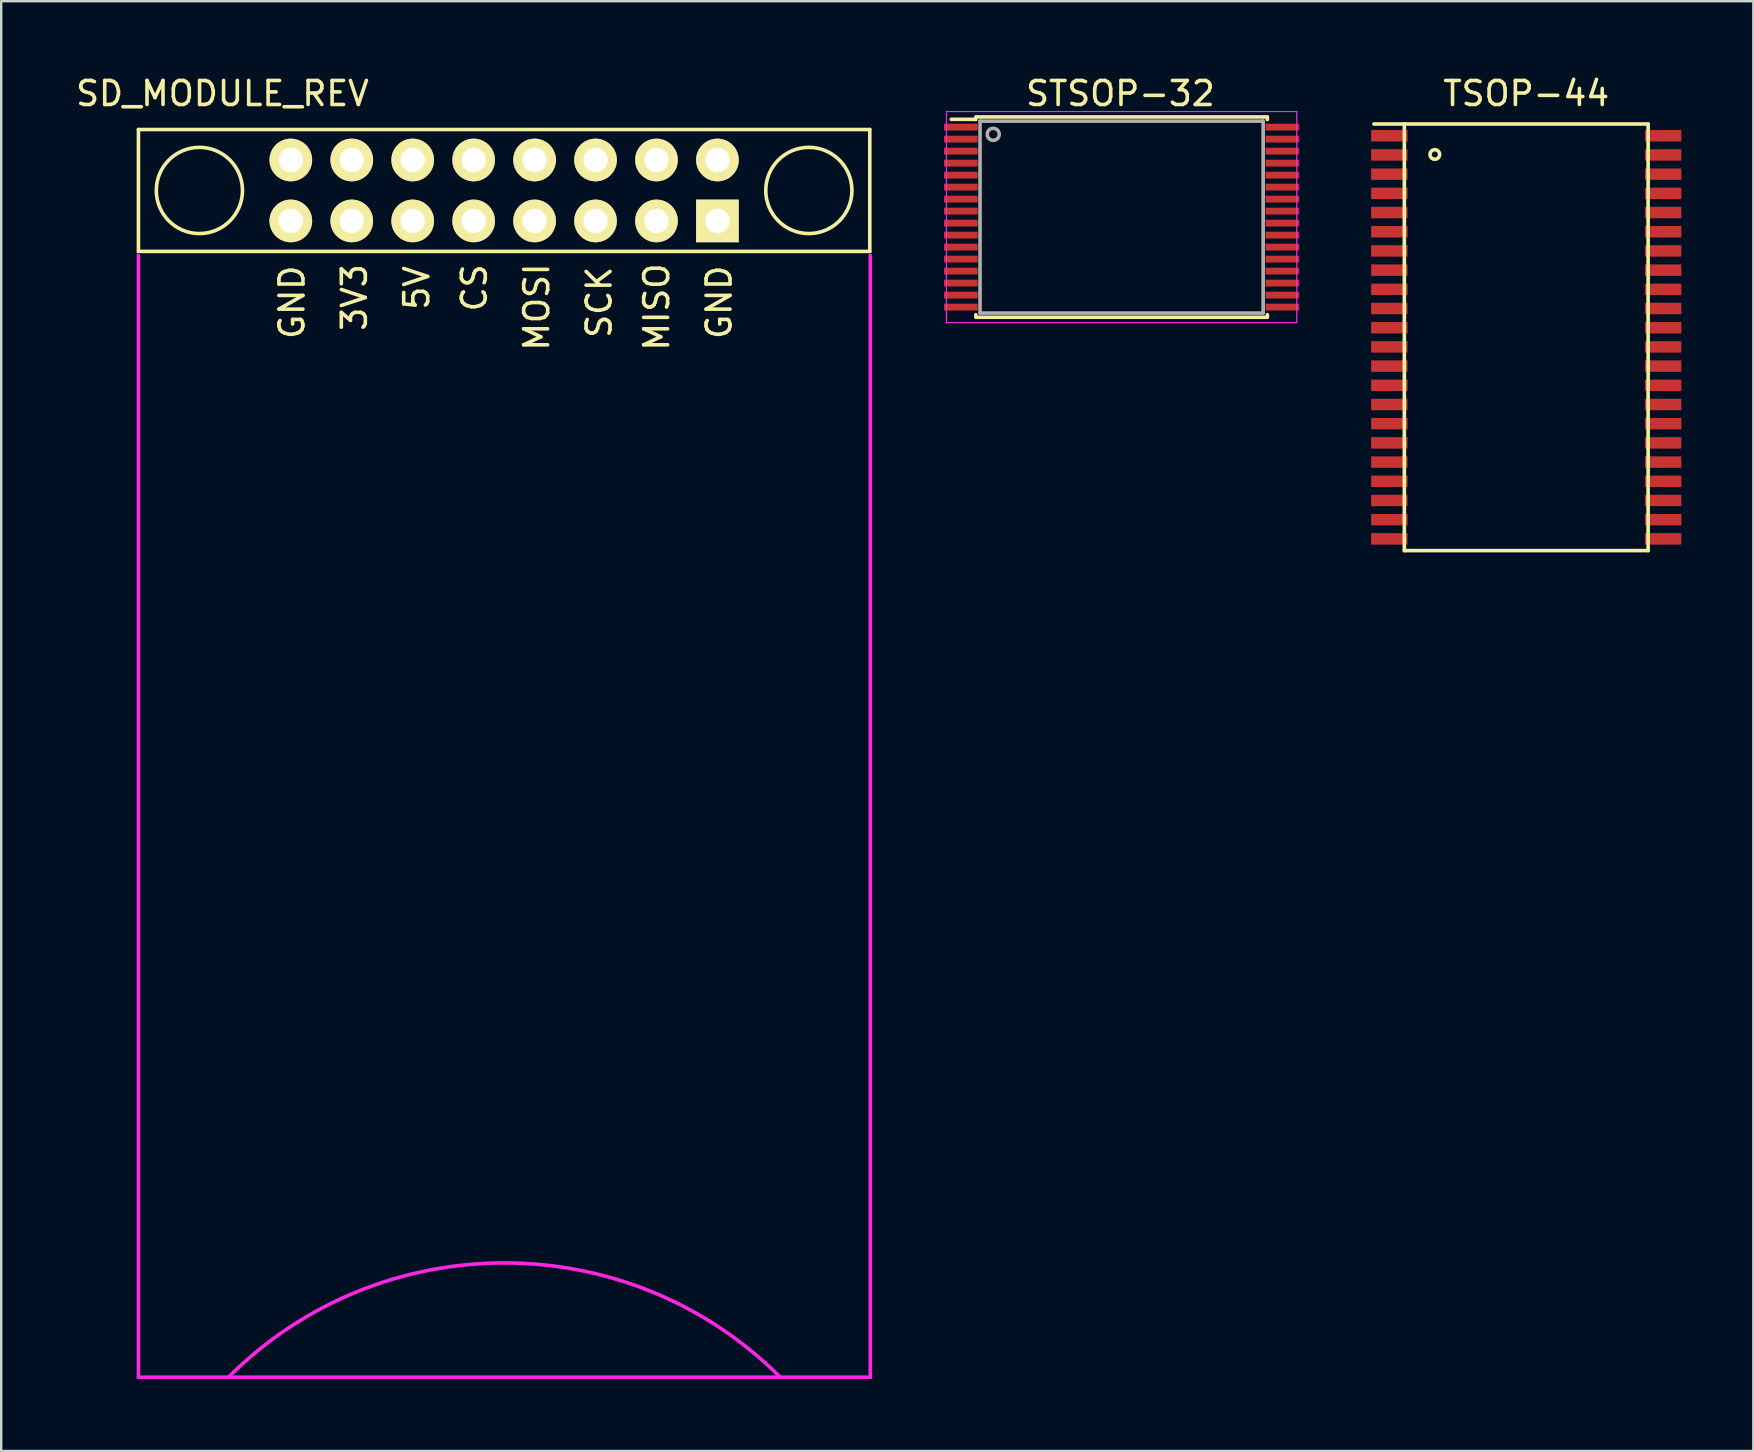
<source format=kicad_pcb>
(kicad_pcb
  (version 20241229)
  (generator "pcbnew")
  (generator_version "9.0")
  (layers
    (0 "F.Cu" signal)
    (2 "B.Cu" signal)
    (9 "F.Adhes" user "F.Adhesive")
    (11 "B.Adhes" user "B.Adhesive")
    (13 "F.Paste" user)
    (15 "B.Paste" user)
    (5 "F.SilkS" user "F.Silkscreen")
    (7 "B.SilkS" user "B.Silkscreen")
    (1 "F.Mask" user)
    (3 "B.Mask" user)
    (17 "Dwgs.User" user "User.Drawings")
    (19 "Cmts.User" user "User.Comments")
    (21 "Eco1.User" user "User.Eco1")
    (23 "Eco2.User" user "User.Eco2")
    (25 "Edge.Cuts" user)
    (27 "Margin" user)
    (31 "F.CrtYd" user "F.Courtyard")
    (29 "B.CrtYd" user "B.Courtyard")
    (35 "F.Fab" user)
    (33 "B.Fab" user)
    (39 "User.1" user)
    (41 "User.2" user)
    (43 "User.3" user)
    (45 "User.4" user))
  (footprint "SD_MODULE_REV"
    (layer "F.Cu")
    (at 2.72 2.348)
    (property "Reference" "SD_MODULE_REV" (at 3.5 -1.5 0) (layer "F.SilkS") (effects (font (size 1 1) (thickness 0.15))))
    (attr through_hole)
    (fp_line (start 0 0) (end 0 5.08) (stroke (width 0.15) (type solid)) (layer "F.SilkS"))
    (fp_line (start 0 0) (end 30.48 0) (stroke (width 0.15) (type solid)) (layer "F.SilkS"))
    (fp_line (start 0 5.08) (end 30.48 5.08) (stroke (width 0.15) (type solid)) (layer "F.SilkS"))
    (fp_line (start 30.48 0) (end 30.48 5.08) (stroke (width 0.15) (type solid)) (layer "F.SilkS"))
    (fp_circle (center 2.54 2.54) (end 3.81 3.81) (stroke (width 0.15) (type solid)) (fill no) (layer "F.SilkS"))
    (fp_circle (center 27.94 2.54) (end 29.21 3.81) (stroke (width 0.15) (type solid)) (fill no) (layer "F.SilkS"))
    (fp_line (start 0 5.25) (end 0 52) (stroke (width 0.15) (type solid)) (layer "F.CrtYd"))
    (fp_line (start 0 52) (end 30.5 52) (stroke (width 0.15) (type solid)) (layer "F.CrtYd"))
    (fp_line (start 30.5 5.25) (end 30.5 52) (stroke (width 0.15) (type solid)) (layer "F.CrtYd"))
    (fp_arc (start 3.75 52) (mid 15.25 47.236544) (end 26.75 52) (stroke (width 0.15) (type solid)) (layer "F.CrtYd"))
    (fp_text user "MOSI" (at 16.6 7.4 90) (layer "F.SilkS") (effects (font (size 1 1) (thickness 0.15))))
    (fp_text user "3V3" (at 9 7 90) (layer "F.SilkS") (effects (font (size 1 1) (thickness 0.15))))
    (fp_text user "5V" (at 11.6 6.6 90) (layer "F.SilkS") (effects (font (size 1 1) (thickness 0.15))))
    (fp_text user "GND" (at 6.4 7.2 90) (layer "F.SilkS") (effects (font (size 1 1) (thickness 0.15))))
    (fp_text user "GND" (at 24.2 7.2 90) (layer "F.SilkS") (effects (font (size 1 1) (thickness 0.15))))
    (fp_text user "MISO" (at 21.6 7.4 90) (layer "F.SilkS") (effects (font (size 1 1) (thickness 0.15))))
    (fp_text user "SCK" (at 19.2 7.2 90) (layer "F.SilkS") (effects (font (size 1 1) (thickness 0.15))))
    (fp_text user "CS" (at 14 6.6 90) (layer "F.SilkS") (effects (font (size 1 1) (thickness 0.15))))
    (pad "1" thru_hole circle (at 24.13 1.27) (size 1.778 1.778) (drill 1.016) (layers "*.Cu" "*.Mask" "F.SilkS"))
    (pad "1" thru_hole rect (at 24.13 3.81) (size 1.778 1.778) (drill 1.016) (layers "*.Cu" "*.Mask" "F.SilkS"))
    (pad "2" thru_hole circle (at 21.59 1.27) (size 1.778 1.778) (drill 1.016) (layers "*.Cu" "*.Mask" "F.SilkS"))
    (pad "2" thru_hole circle (at 21.59 3.81) (size 1.778 1.778) (drill 1.016) (layers "*.Cu" "*.Mask" "F.SilkS"))
    (pad "3" thru_hole circle (at 19.05 1.27) (size 1.778 1.778) (drill 1.016) (layers "*.Cu" "*.Mask" "F.SilkS"))
    (pad "3" thru_hole circle (at 19.05 3.81) (size 1.778 1.778) (drill 1.016) (layers "*.Cu" "*.Mask" "F.SilkS"))
    (pad "4" thru_hole circle (at 16.51 1.27) (size 1.778 1.778) (drill 1.016) (layers "*.Cu" "*.Mask" "F.SilkS"))
    (pad "4" thru_hole circle (at 16.51 3.81) (size 1.778 1.778) (drill 1.016) (layers "*.Cu" "*.Mask" "F.SilkS"))
    (pad "5" thru_hole circle (at 13.97 1.27) (size 1.778 1.778) (drill 1.016) (layers "*.Cu" "*.Mask" "F.SilkS"))
    (pad "5" thru_hole circle (at 13.97 3.81) (size 1.778 1.778) (drill 1.016) (layers "*.Cu" "*.Mask" "F.SilkS"))
    (pad "6" thru_hole circle (at 11.43 1.27) (size 1.778 1.778) (drill 1.016) (layers "*.Cu" "*.Mask" "F.SilkS"))
    (pad "6" thru_hole circle (at 11.43 3.81) (size 1.778 1.778) (drill 1.016) (layers "*.Cu" "*.Mask" "F.SilkS"))
    (pad "7" thru_hole circle (at 8.89 1.27) (size 1.778 1.778) (drill 1.016) (layers "*.Cu" "*.Mask" "F.SilkS"))
    (pad "7" thru_hole circle (at 8.89 3.81) (size 1.778 1.778) (drill 1.016) (layers "*.Cu" "*.Mask" "F.SilkS"))
    (pad "8" thru_hole circle (at 6.35 1.27) (size 1.778 1.778) (drill 1.016) (layers "*.Cu" "*.Mask" "F.SilkS"))
    (pad "8" thru_hole circle (at 6.35 3.81) (size 1.778 1.778) (drill 1.016) (layers "*.Cu" "*.Mask" "F.SilkS")))
  (footprint "TSOP-44"
    (layer "F.Cu")
    (at 60.559 11.008)
    (property "Reference" "TSOP-44" (at 0 -10.16 0) (layer "F.SilkS") (effects (font (size 1 1) (thickness 0.15))))
    (attr through_hole)
    (fp_line (start -6.35 -8.89) (end -5.08 -8.89) (stroke (width 0.15) (type solid)) (layer "F.SilkS"))
    (fp_line (start -5.08 -8.89) (end -5.08 8.89) (stroke (width 0.15) (type solid)) (layer "F.SilkS"))
    (fp_line (start -5.08 8.89) (end 5.08 8.89) (stroke (width 0.15) (type solid)) (layer "F.SilkS"))
    (fp_line (start 5.08 -8.89) (end -5.08 -8.89) (stroke (width 0.15) (type solid)) (layer "F.SilkS"))
    (fp_line (start 5.08 8.89) (end 5.08 -8.89) (stroke (width 0.15) (type solid)) (layer "F.SilkS"))
    (fp_circle (center -3.81 -7.62) (end -3.81 -7.42) (stroke (width 0.15) (type solid)) (fill no) (layer "F.SilkS"))
    (pad "1" smd rect (at -5.705 -8.4) (size 1.517 0.477) (layers "F.Cu" "F.Mask" "F.Paste"))
    (pad "2" smd rect (at -5.705 -7.6) (size 1.517 0.477) (layers "F.Cu" "F.Mask" "F.Paste"))
    (pad "3" smd rect (at -5.705 -6.8) (size 1.517 0.477) (layers "F.Cu" "F.Mask" "F.Paste"))
    (pad "4" smd rect (at -5.705 -6) (size 1.517 0.477) (layers "F.Cu" "F.Mask" "F.Paste"))
    (pad "5" smd rect (at -5.705 -5.2) (size 1.517 0.477) (layers "F.Cu" "F.Mask" "F.Paste"))
    (pad "6" smd rect (at -5.705 -4.4) (size 1.517 0.477) (layers "F.Cu" "F.Mask" "F.Paste"))
    (pad "7" smd rect (at -5.705 -3.6) (size 1.517 0.477) (layers "F.Cu" "F.Mask" "F.Paste"))
    (pad "8" smd rect (at -5.705 -2.8) (size 1.517 0.477) (layers "F.Cu" "F.Mask" "F.Paste"))
    (pad "9" smd rect (at -5.705 -2) (size 1.517 0.477) (layers "F.Cu" "F.Mask" "F.Paste"))
    (pad "10" smd rect (at -5.705 -1.2) (size 1.517 0.477) (layers "F.Cu" "F.Mask" "F.Paste"))
    (pad "11" smd rect (at -5.705 -0.4) (size 1.517 0.477) (layers "F.Cu" "F.Mask" "F.Paste"))
    (pad "12" smd rect (at -5.705 0.4) (size 1.517 0.477) (layers "F.Cu" "F.Mask" "F.Paste"))
    (pad "13" smd rect (at -5.705 1.2) (size 1.517 0.477) (layers "F.Cu" "F.Mask" "F.Paste"))
    (pad "14" smd rect (at -5.705 2) (size 1.517 0.477) (layers "F.Cu" "F.Mask" "F.Paste"))
    (pad "15" smd rect (at -5.705 2.8) (size 1.517 0.477) (layers "F.Cu" "F.Mask" "F.Paste"))
    (pad "16" smd rect (at -5.705 3.6) (size 1.517 0.477) (layers "F.Cu" "F.Mask" "F.Paste"))
    (pad "17" smd rect (at -5.705 4.4) (size 1.517 0.477) (layers "F.Cu" "F.Mask" "F.Paste"))
    (pad "18" smd rect (at -5.705 5.2) (size 1.517 0.477) (layers "F.Cu" "F.Mask" "F.Paste"))
    (pad "19" smd rect (at -5.705 6) (size 1.517 0.477) (layers "F.Cu" "F.Mask" "F.Paste"))
    (pad "20" smd rect (at -5.705 6.8) (size 1.517 0.477) (layers "F.Cu" "F.Mask" "F.Paste"))
    (pad "21" smd rect (at -5.705 7.6) (size 1.517 0.477) (layers "F.Cu" "F.Mask" "F.Paste"))
    (pad "22" smd rect (at -5.705 8.4) (size 1.517 0.477) (layers "F.Cu" "F.Mask" "F.Paste"))
    (pad "23" smd rect (at 5.705 8.4) (size 1.517 0.477) (layers "F.Cu" "F.Mask" "F.Paste"))
    (pad "24" smd rect (at 5.705 7.6) (size 1.517 0.477) (layers "F.Cu" "F.Mask" "F.Paste"))
    (pad "25" smd rect (at 5.705 6.8) (size 1.517 0.477) (layers "F.Cu" "F.Mask" "F.Paste"))
    (pad "26" smd rect (at 5.705 6) (size 1.517 0.477) (layers "F.Cu" "F.Mask" "F.Paste"))
    (pad "27" smd rect (at 5.705 5.2) (size 1.517 0.477) (layers "F.Cu" "F.Mask" "F.Paste"))
    (pad "28" smd rect (at 5.705 4.4) (size 1.517 0.477) (layers "F.Cu" "F.Mask" "F.Paste"))
    (pad "29" smd rect (at 5.705 3.6) (size 1.517 0.477) (layers "F.Cu" "F.Mask" "F.Paste"))
    (pad "30" smd rect (at 5.705 2.8) (size 1.517 0.477) (layers "F.Cu" "F.Mask" "F.Paste"))
    (pad "31" smd rect (at 5.705 2) (size 1.517 0.477) (layers "F.Cu" "F.Mask" "F.Paste"))
    (pad "32" smd rect (at 5.705 1.2) (size 1.517 0.477) (layers "F.Cu" "F.Mask" "F.Paste"))
    (pad "33" smd rect (at 5.705 0.4) (size 1.517 0.477) (layers "F.Cu" "F.Mask" "F.Paste"))
    (pad "34" smd rect (at 5.705 -0.4) (size 1.517 0.477) (layers "F.Cu" "F.Mask" "F.Paste"))
    (pad "35" smd rect (at 5.705 -1.2) (size 1.517 0.477) (layers "F.Cu" "F.Mask" "F.Paste"))
    (pad "36" smd rect (at 5.705 -2) (size 1.517 0.477) (layers "F.Cu" "F.Mask" "F.Paste"))
    (pad "37" smd rect (at 5.705 -2.8) (size 1.517 0.477) (layers "F.Cu" "F.Mask" "F.Paste"))
    (pad "38" smd rect (at 5.705 -3.6) (size 1.517 0.477) (layers "F.Cu" "F.Mask" "F.Paste"))
    (pad "39" smd rect (at 5.705 -4.4) (size 1.517 0.477) (layers "F.Cu" "F.Mask" "F.Paste"))
    (pad "40" smd rect (at 5.705 -5.2) (size 1.517 0.477) (layers "F.Cu" "F.Mask" "F.Paste"))
    (pad "41" smd rect (at 5.705 -6) (size 1.517 0.477) (layers "F.Cu" "F.Mask" "F.Paste"))
    (pad "42" smd rect (at 5.705 -6.8) (size 1.517 0.477) (layers "F.Cu" "F.Mask" "F.Paste"))
    (pad "43" smd rect (at 5.705 -7.6) (size 1.517 0.477) (layers "F.Cu" "F.Mask" "F.Paste"))
    (pad "44" smd rect (at 5.705 -8.4) (size 1.517 0.477) (layers "F.Cu" "F.Mask" "F.Paste")))
  (footprint "STSOP-32"
    (layer "F.Cu")
    (at 43.695 5.998)
    (property "Reference" "STSOP-32" (at -0.05 -5.15 0) (layer "F.SilkS") (effects (font (size 1 1) (thickness 0.15))))
    (attr smd)
    (fp_line (start -7.1 -4.075) (end -6.1 -4.075) (stroke (width 0.15) (type solid)) (layer "F.SilkS"))
    (fp_line (start -6.075 -4.175) (end -6.075 -4.067) (stroke (width 0.15) (type solid)) (layer "F.SilkS"))
    (fp_line (start -6.075 4.175) (end -6.075 4.067) (stroke (width 0.15) (type solid)) (layer "F.SilkS"))
    (fp_line (start -6.05 -4.175) (end 6.05 -4.175) (stroke (width 0.15) (type solid)) (layer "F.SilkS"))
    (fp_line (start -6.05 4.175) (end 6.05 4.175) (stroke (width 0.15) (type solid)) (layer "F.SilkS"))
    (fp_line (start 6.075 -4.175) (end 6.075 -4.067) (stroke (width 0.15) (type solid)) (layer "F.SilkS"))
    (fp_line (start 6.075 4.175) (end 6.075 4.067) (stroke (width 0.15) (type solid)) (layer "F.SilkS"))
    (fp_line (start -7.3 -4.4) (end -7.3 4.4) (stroke (width 0.05) (type solid)) (layer "F.CrtYd"))
    (fp_line (start -7.3 -4.4) (end 7.3 -4.4) (stroke (width 0.05) (type solid)) (layer "F.CrtYd"))
    (fp_line (start -7.3 4.4) (end 7.3 4.4) (stroke (width 0.05) (type solid)) (layer "F.CrtYd"))
    (fp_line (start 7.3 -4.4) (end 7.3 4.4) (stroke (width 0.05) (type solid)) (layer "F.CrtYd"))
    (fp_line (start -5.9 -4) (end -5.9 4) (stroke (width 0.15) (type solid)) (layer "F.Fab"))
    (fp_line (start -5.9 -4) (end 5.9 -4) (stroke (width 0.15) (type solid)) (layer "F.Fab"))
    (fp_line (start 5.9 -4) (end 5.9 4) (stroke (width 0.15) (type solid)) (layer "F.Fab"))
    (fp_line (start 5.9 4) (end -5.9 4) (stroke (width 0.15) (type solid)) (layer "F.Fab"))
    (fp_circle (center -5.35 -3.45) (end -5.6 -3.45) (stroke (width 0.15) (type solid)) (fill no) (layer "F.Fab"))
    (pad "1" smd rect (at -6.7 -3.75) (size 1.4 0.285) (layers "F.Cu" "F.Mask" "F.Paste"))
    (pad "2" smd rect (at -6.7 -3.25) (size 1.4 0.285) (layers "F.Cu" "F.Mask" "F.Paste"))
    (pad "3" smd rect (at -6.7 -2.75) (size 1.4 0.285) (layers "F.Cu" "F.Mask" "F.Paste"))
    (pad "4" smd rect (at -6.7 -2.25) (size 1.4 0.285) (layers "F.Cu" "F.Mask" "F.Paste"))
    (pad "5" smd rect (at -6.7 -1.75) (size 1.4 0.285) (layers "F.Cu" "F.Mask" "F.Paste"))
    (pad "6" smd rect (at -6.7 -1.25) (size 1.4 0.285) (layers "F.Cu" "F.Mask" "F.Paste"))
    (pad "7" smd rect (at -6.7 -0.75) (size 1.4 0.285) (layers "F.Cu" "F.Mask" "F.Paste"))
    (pad "8" smd rect (at -6.7 -0.25) (size 1.4 0.285) (layers "F.Cu" "F.Mask" "F.Paste"))
    (pad "9" smd rect (at -6.7 0.25) (size 1.4 0.285) (layers "F.Cu" "F.Mask" "F.Paste"))
    (pad "10" smd rect (at -6.7 0.75) (size 1.4 0.285) (layers "F.Cu" "F.Mask" "F.Paste"))
    (pad "11" smd rect (at -6.7 1.25) (size 1.4 0.285) (layers "F.Cu" "F.Mask" "F.Paste"))
    (pad "12" smd rect (at -6.7 1.75) (size 1.4 0.285) (layers "F.Cu" "F.Mask" "F.Paste"))
    (pad "13" smd rect (at -6.7 2.25) (size 1.4 0.285) (layers "F.Cu" "F.Mask" "F.Paste"))
    (pad "14" smd rect (at -6.7 2.75) (size 1.4 0.285) (layers "F.Cu" "F.Mask" "F.Paste"))
    (pad "15" smd rect (at -6.7 3.25) (size 1.4 0.285) (layers "F.Cu" "F.Mask" "F.Paste"))
    (pad "16" smd rect (at -6.7 3.75) (size 1.4 0.285) (layers "F.Cu" "F.Mask" "F.Paste"))
    (pad "17" smd rect (at 6.7 3.75) (size 1.4 0.285) (layers "F.Cu" "F.Mask" "F.Paste"))
    (pad "18" smd rect (at 6.7 3.25) (size 1.4 0.285) (layers "F.Cu" "F.Mask" "F.Paste"))
    (pad "19" smd rect (at 6.7 2.75) (size 1.4 0.285) (layers "F.Cu" "F.Mask" "F.Paste"))
    (pad "20" smd rect (at 6.7 2.25) (size 1.4 0.285) (layers "F.Cu" "F.Mask" "F.Paste"))
    (pad "21" smd rect (at 6.7 1.75) (size 1.4 0.285) (layers "F.Cu" "F.Mask" "F.Paste"))
    (pad "22" smd rect (at 6.7 1.25) (size 1.4 0.285) (layers "F.Cu" "F.Mask" "F.Paste"))
    (pad "23" smd rect (at 6.7 0.75) (size 1.4 0.285) (layers "F.Cu" "F.Mask" "F.Paste"))
    (pad "24" smd rect (at 6.7 0.25) (size 1.4 0.285) (layers "F.Cu" "F.Mask" "F.Paste"))
    (pad "25" smd rect (at 6.7 -0.25) (size 1.4 0.285) (layers "F.Cu" "F.Mask" "F.Paste"))
    (pad "26" smd rect (at 6.7 -0.75) (size 1.4 0.285) (layers "F.Cu" "F.Mask" "F.Paste"))
    (pad "27" smd rect (at 6.7 -1.25) (size 1.4 0.285) (layers "F.Cu" "F.Mask" "F.Paste"))
    (pad "28" smd rect (at 6.7 -1.75) (size 1.4 0.285) (layers "F.Cu" "F.Mask" "F.Paste"))
    (pad "29" smd rect (at 6.7 -2.25) (size 1.4 0.285) (layers "F.Cu" "F.Mask" "F.Paste"))
    (pad "30" smd rect (at 6.7 -2.75) (size 1.4 0.285) (layers "F.Cu" "F.Mask" "F.Paste"))
    (pad "31" smd rect (at 6.7 -3.25) (size 1.4 0.285) (layers "F.Cu" "F.Mask" "F.Paste"))
    (pad "32" smd rect (at 6.7 -3.75) (size 1.4 0.285) (layers "F.Cu" "F.Mask" "F.Paste")))
  (gr_rect
    (start -3 -3)
    (end 70.023 57.423)
    (stroke (width 0.1) (type default))
    (fill no)
    (layer "Edge.Cuts")))
</source>
